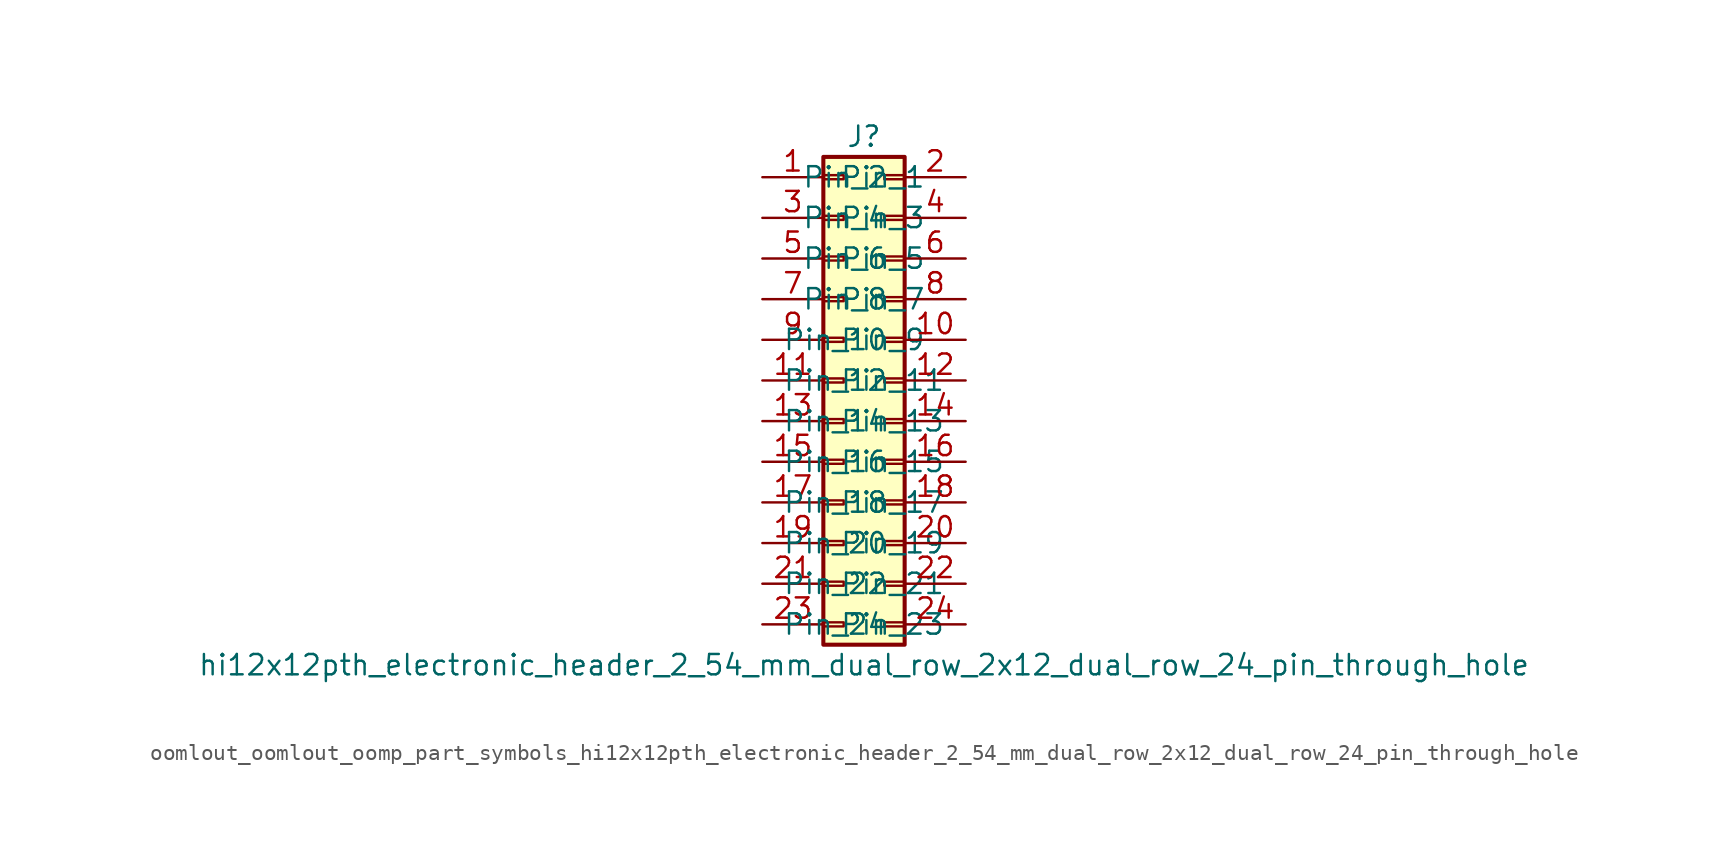
<source format=kicad_sym>
(kicad_symbol_lib
  (version 20220914)
  (generator kicad_symbol_editor)
  (symbol "oomlout_oomlout_oomp_part_symbols_hi12x12pth_electronic_header_2_54_mm_dual_row_2x12_dual_row_24_pin_through_hole"
    (pin_names
      (offset 1.016))
    (property "Reference" "J"
      (at 1.27 15.24 0)
      (effects (font (size 1.27 1.27))))
    (property "Value" "hi12x12pth_electronic_header_2_54_mm_dual_row_2x12_dual_row_24_pin_through_hole"
      (at 1.27 -17.78 0)
      (effects (font (size 1.27 1.27))))
    (symbol "oomlout_oomlout_oomp_part_symbols_hi12x12pth_electronic_header_2_54_mm_dual_row_2x12_dual_row_24_pin_through_hole_1_1"
      (rectangle (start -1.27 -15.113) (end 0 -15.367) (stroke (width 0.152) (type default)) (fill (type none)))
      (rectangle (start -1.27 -12.573) (end 0 -12.827) (stroke (width 0.152) (type default)) (fill (type none)))
      (rectangle (start -1.27 -10.033) (end 0 -10.287) (stroke (width 0.152) (type default)) (fill (type none)))
      (rectangle (start -1.27 -7.493) (end 0 -7.747) (stroke (width 0.152) (type default)) (fill (type none)))
      (rectangle (start -1.27 -4.953) (end 0 -5.207) (stroke (width 0.152) (type default)) (fill (type none)))
      (rectangle (start -1.27 -2.413) (end 0 -2.667) (stroke (width 0.152) (type default)) (fill (type none)))
      (rectangle (start -1.27 0.127) (end 0 -0.127) (stroke (width 0.152) (type default)) (fill (type none)))
      (rectangle (start -1.27 2.667) (end 0 2.413) (stroke (width 0.152) (type default)) (fill (type none)))
      (rectangle (start -1.27 5.207) (end 0 4.953) (stroke (width 0.152) (type default)) (fill (type none)))
      (rectangle (start -1.27 7.747) (end 0 7.493) (stroke (width 0.152) (type default)) (fill (type none)))
      (rectangle (start -1.27 10.287) (end 0 10.033) (stroke (width 0.152) (type default)) (fill (type none)))
      (rectangle (start -1.27 12.827) (end 0 12.573) (stroke (width 0.152) (type default)) (fill (type none)))
      (rectangle (start -1.27 13.97) (end 3.81 -16.51) (stroke (width 0.254) (type default)) (fill (type background)))
      (rectangle (start 3.81 -15.113) (end 2.54 -15.367) (stroke (width 0.152) (type default)) (fill (type none)))
      (rectangle (start 3.81 -12.573) (end 2.54 -12.827) (stroke (width 0.152) (type default)) (fill (type none)))
      (rectangle (start 3.81 -10.033) (end 2.54 -10.287) (stroke (width 0.152) (type default)) (fill (type none)))
      (rectangle (start 3.81 -7.493) (end 2.54 -7.747) (stroke (width 0.152) (type default)) (fill (type none)))
      (rectangle (start 3.81 -4.953) (end 2.54 -5.207) (stroke (width 0.152) (type default)) (fill (type none)))
      (rectangle (start 3.81 -2.413) (end 2.54 -2.667) (stroke (width 0.152) (type default)) (fill (type none)))
      (rectangle (start 3.81 0.127) (end 2.54 -0.127) (stroke (width 0.152) (type default)) (fill (type none)))
      (rectangle (start 3.81 2.667) (end 2.54 2.413) (stroke (width 0.152) (type default)) (fill (type none)))
      (rectangle (start 3.81 5.207) (end 2.54 4.953) (stroke (width 0.152) (type default)) (fill (type none)))
      (rectangle (start 3.81 7.747) (end 2.54 7.493) (stroke (width 0.152) (type default)) (fill (type none)))
      (rectangle (start 3.81 10.287) (end 2.54 10.033) (stroke (width 0.152) (type default)) (fill (type none)))
      (rectangle (start 3.81 12.827) (end 2.54 12.573) (stroke (width 0.152) (type default)) (fill (type none)))
      (pin passive line (at -5.08 12.7 0) (length 3.81) (name "Pin_1" (effects (font (size 1.27 1.27)))) (number "1" (effects (font (size 1.27 1.27)))))
      (pin passive line (at 7.62 2.54 180) (length 3.81) (name "Pin_10" (effects (font (size 1.27 1.27)))) (number "10" (effects (font (size 1.27 1.27)))))
      (pin passive line (at -5.08 0 0) (length 3.81) (name "Pin_11" (effects (font (size 1.27 1.27)))) (number "11" (effects (font (size 1.27 1.27)))))
      (pin passive line (at 7.62 0 180) (length 3.81) (name "Pin_12" (effects (font (size 1.27 1.27)))) (number "12" (effects (font (size 1.27 1.27)))))
      (pin passive line (at -5.08 -2.54 0) (length 3.81) (name "Pin_13" (effects (font (size 1.27 1.27)))) (number "13" (effects (font (size 1.27 1.27)))))
      (pin passive line (at 7.62 -2.54 180) (length 3.81) (name "Pin_14" (effects (font (size 1.27 1.27)))) (number "14" (effects (font (size 1.27 1.27)))))
      (pin passive line (at -5.08 -5.08 0) (length 3.81) (name "Pin_15" (effects (font (size 1.27 1.27)))) (number "15" (effects (font (size 1.27 1.27)))))
      (pin passive line (at 7.62 -5.08 180) (length 3.81) (name "Pin_16" (effects (font (size 1.27 1.27)))) (number "16" (effects (font (size 1.27 1.27)))))
      (pin passive line (at -5.08 -7.62 0) (length 3.81) (name "Pin_17" (effects (font (size 1.27 1.27)))) (number "17" (effects (font (size 1.27 1.27)))))
      (pin passive line (at 7.62 -7.62 180) (length 3.81) (name "Pin_18" (effects (font (size 1.27 1.27)))) (number "18" (effects (font (size 1.27 1.27)))))
      (pin passive line (at -5.08 -10.16 0) (length 3.81) (name "Pin_19" (effects (font (size 1.27 1.27)))) (number "19" (effects (font (size 1.27 1.27)))))
      (pin passive line (at 7.62 12.7 180) (length 3.81) (name "Pin_2" (effects (font (size 1.27 1.27)))) (number "2" (effects (font (size 1.27 1.27)))))
      (pin passive line (at 7.62 -10.16 180) (length 3.81) (name "Pin_20" (effects (font (size 1.27 1.27)))) (number "20" (effects (font (size 1.27 1.27)))))
      (pin passive line (at -5.08 -12.7 0) (length 3.81) (name "Pin_21" (effects (font (size 1.27 1.27)))) (number "21" (effects (font (size 1.27 1.27)))))
      (pin passive line (at 7.62 -12.7 180) (length 3.81) (name "Pin_22" (effects (font (size 1.27 1.27)))) (number "22" (effects (font (size 1.27 1.27)))))
      (pin passive line (at -5.08 -15.24 0) (length 3.81) (name "Pin_23" (effects (font (size 1.27 1.27)))) (number "23" (effects (font (size 1.27 1.27)))))
      (pin passive line (at 7.62 -15.24 180) (length 3.81) (name "Pin_24" (effects (font (size 1.27 1.27)))) (number "24" (effects (font (size 1.27 1.27)))))
      (pin passive line (at -5.08 10.16 0) (length 3.81) (name "Pin_3" (effects (font (size 1.27 1.27)))) (number "3" (effects (font (size 1.27 1.27)))))
      (pin passive line (at 7.62 10.16 180) (length 3.81) (name "Pin_4" (effects (font (size 1.27 1.27)))) (number "4" (effects (font (size 1.27 1.27)))))
      (pin passive line (at -5.08 7.62 0) (length 3.81) (name "Pin_5" (effects (font (size 1.27 1.27)))) (number "5" (effects (font (size 1.27 1.27)))))
      (pin passive line (at 7.62 7.62 180) (length 3.81) (name "Pin_6" (effects (font (size 1.27 1.27)))) (number "6" (effects (font (size 1.27 1.27)))))
      (pin passive line (at -5.08 5.08 0) (length 3.81) (name "Pin_7" (effects (font (size 1.27 1.27)))) (number "7" (effects (font (size 1.27 1.27)))))
      (pin passive line (at 7.62 5.08 180) (length 3.81) (name "Pin_8" (effects (font (size 1.27 1.27)))) (number "8" (effects (font (size 1.27 1.27)))))
      (pin passive line (at -5.08 2.54 0) (length 3.81) (name "Pin_9" (effects (font (size 1.27 1.27)))) (number "9" (effects (font (size 1.27 1.27))))))))
</source>
